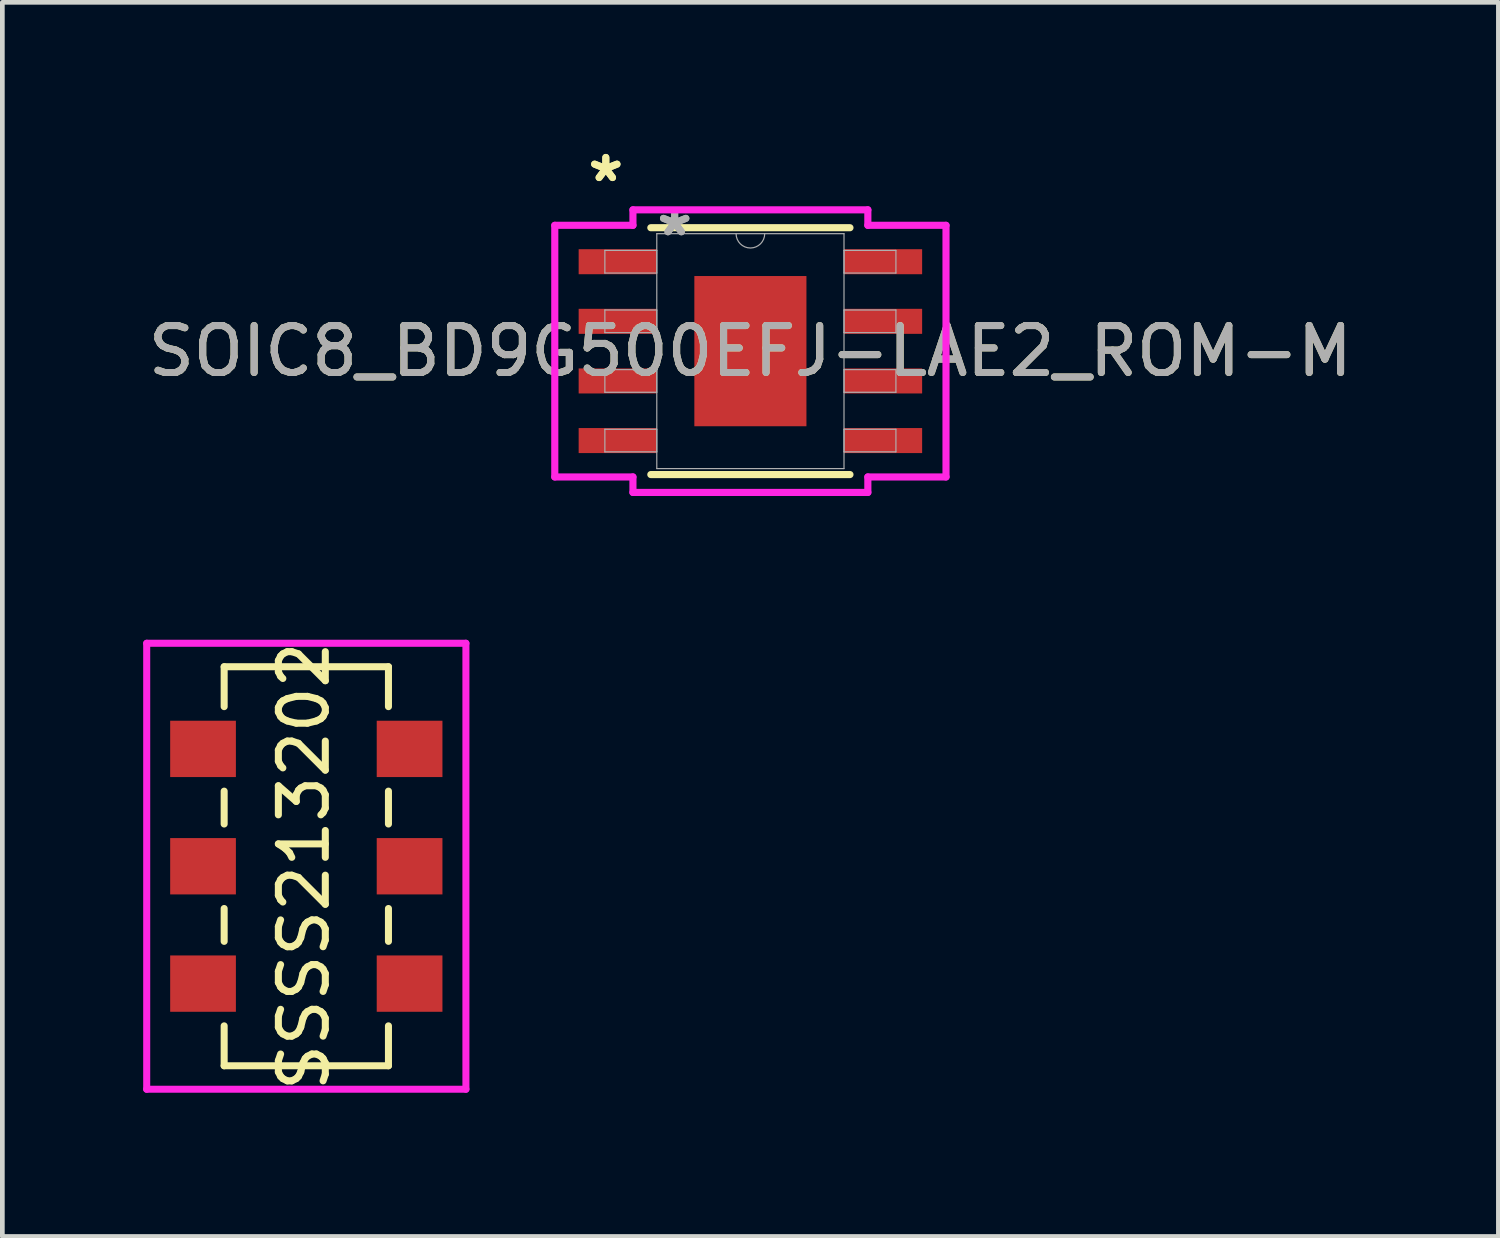
<source format=kicad_pcb>
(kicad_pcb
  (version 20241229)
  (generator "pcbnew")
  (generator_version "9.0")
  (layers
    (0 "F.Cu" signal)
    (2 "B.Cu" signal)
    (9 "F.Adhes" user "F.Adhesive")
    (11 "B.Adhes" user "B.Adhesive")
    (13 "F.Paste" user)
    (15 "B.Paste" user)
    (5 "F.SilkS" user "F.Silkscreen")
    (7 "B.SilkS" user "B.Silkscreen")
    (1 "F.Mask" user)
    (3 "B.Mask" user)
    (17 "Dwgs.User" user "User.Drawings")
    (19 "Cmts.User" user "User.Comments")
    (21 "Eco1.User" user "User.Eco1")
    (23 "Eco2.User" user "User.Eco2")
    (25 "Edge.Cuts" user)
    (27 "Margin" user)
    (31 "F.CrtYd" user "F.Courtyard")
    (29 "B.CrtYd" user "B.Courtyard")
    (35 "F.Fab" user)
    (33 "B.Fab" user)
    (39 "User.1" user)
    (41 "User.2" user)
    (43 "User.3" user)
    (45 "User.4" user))
  (footprint "SOIC8_BD9G500EFJ-LAE2_ROM-M"
    (layer "F.Cu")
    (at 12.935 4.43)
    (property "Reference" "SOIC8_BD9G500EFJ-LAE2_ROM-M" (at 0 0 0) (unlocked yes) (layer "F.SilkS") (effects (font (size 1 1) (thickness 0.15))))
    (attr smd)
    (fp_line (start -2.121 2.629) (end 2.121 2.629) (stroke (width 0.152) (type solid)) (layer "F.SilkS"))
    (fp_line (start 2.121 -2.629) (end -2.121 -2.629) (stroke (width 0.152) (type solid)) (layer "F.SilkS"))
    (fp_poly (pts (xy -1.094 -1.5) (xy -1.094 -0.1) (xy 1.094 -0.1) (xy 1.094 -1.5)) (stroke (width 0) (type solid)) (fill yes) (layer "F.Paste"))
    (fp_poly (pts (xy -1.094 0.1) (xy -1.094 1.5) (xy 1.094 1.5) (xy 1.094 0.1)) (stroke (width 0) (type solid)) (fill yes) (layer "F.Paste"))
    (fp_line (start -4.167 -2.68) (end -2.502 -2.68) (stroke (width 0.152) (type solid)) (layer "F.CrtYd"))
    (fp_line (start -4.167 2.68) (end -4.167 -2.68) (stroke (width 0.152) (type solid)) (layer "F.CrtYd"))
    (fp_line (start -4.167 2.68) (end -2.502 2.68) (stroke (width 0.152) (type solid)) (layer "F.CrtYd"))
    (fp_line (start -2.502 -3.01) (end 2.502 -3.01) (stroke (width 0.152) (type solid)) (layer "F.CrtYd"))
    (fp_line (start -2.502 -2.68) (end -2.502 -3.01) (stroke (width 0.152) (type solid)) (layer "F.CrtYd"))
    (fp_line (start -2.502 3.01) (end -2.502 2.68) (stroke (width 0.152) (type solid)) (layer "F.CrtYd"))
    (fp_line (start 2.502 -3.01) (end 2.502 -2.68) (stroke (width 0.152) (type solid)) (layer "F.CrtYd"))
    (fp_line (start 2.502 2.68) (end 2.502 3.01) (stroke (width 0.152) (type solid)) (layer "F.CrtYd"))
    (fp_line (start 2.502 3.01) (end -2.502 3.01) (stroke (width 0.152) (type solid)) (layer "F.CrtYd"))
    (fp_line (start 4.167 -2.68) (end 2.502 -2.68) (stroke (width 0.152) (type solid)) (layer "F.CrtYd"))
    (fp_line (start 4.167 -2.68) (end 4.167 2.68) (stroke (width 0.152) (type solid)) (layer "F.CrtYd"))
    (fp_line (start 4.167 2.68) (end 2.502 2.68) (stroke (width 0.152) (type solid)) (layer "F.CrtYd"))
    (fp_line (start -3.1 -2.146) (end -3.1 -1.664) (stroke (width 0.025) (type solid)) (layer "F.Fab"))
    (fp_line (start -3.1 -1.664) (end -1.994 -1.664) (stroke (width 0.025) (type solid)) (layer "F.Fab"))
    (fp_line (start -3.1 -0.876) (end -3.1 -0.394) (stroke (width 0.025) (type solid)) (layer "F.Fab"))
    (fp_line (start -3.1 -0.394) (end -1.994 -0.394) (stroke (width 0.025) (type solid)) (layer "F.Fab"))
    (fp_line (start -3.1 0.394) (end -3.1 0.876) (stroke (width 0.025) (type solid)) (layer "F.Fab"))
    (fp_line (start -3.1 0.876) (end -1.994 0.876) (stroke (width 0.025) (type solid)) (layer "F.Fab"))
    (fp_line (start -3.1 1.664) (end -3.1 2.146) (stroke (width 0.025) (type solid)) (layer "F.Fab"))
    (fp_line (start -3.1 2.146) (end -1.994 2.146) (stroke (width 0.025) (type solid)) (layer "F.Fab"))
    (fp_line (start -1.994 -2.502) (end -1.994 2.502) (stroke (width 0.025) (type solid)) (layer "F.Fab"))
    (fp_line (start -1.994 -2.146) (end -3.1 -2.146) (stroke (width 0.025) (type solid)) (layer "F.Fab"))
    (fp_line (start -1.994 -1.664) (end -1.994 -2.146) (stroke (width 0.025) (type solid)) (layer "F.Fab"))
    (fp_line (start -1.994 -0.876) (end -3.1 -0.876) (stroke (width 0.025) (type solid)) (layer "F.Fab"))
    (fp_line (start -1.994 -0.394) (end -1.994 -0.876) (stroke (width 0.025) (type solid)) (layer "F.Fab"))
    (fp_line (start -1.994 0.394) (end -3.1 0.394) (stroke (width 0.025) (type solid)) (layer "F.Fab"))
    (fp_line (start -1.994 0.876) (end -1.994 0.394) (stroke (width 0.025) (type solid)) (layer "F.Fab"))
    (fp_line (start -1.994 1.664) (end -3.1 1.664) (stroke (width 0.025) (type solid)) (layer "F.Fab"))
    (fp_line (start -1.994 2.146) (end -1.994 1.664) (stroke (width 0.025) (type solid)) (layer "F.Fab"))
    (fp_line (start -1.994 2.502) (end 1.994 2.502) (stroke (width 0.025) (type solid)) (layer "F.Fab"))
    (fp_line (start 1.994 -2.502) (end -1.994 -2.502) (stroke (width 0.025) (type solid)) (layer "F.Fab"))
    (fp_line (start 1.994 -2.146) (end 1.994 -1.664) (stroke (width 0.025) (type solid)) (layer "F.Fab"))
    (fp_line (start 1.994 -1.664) (end 3.1 -1.664) (stroke (width 0.025) (type solid)) (layer "F.Fab"))
    (fp_line (start 1.994 -0.876) (end 1.994 -0.394) (stroke (width 0.025) (type solid)) (layer "F.Fab"))
    (fp_line (start 1.994 -0.394) (end 3.1 -0.394) (stroke (width 0.025) (type solid)) (layer "F.Fab"))
    (fp_line (start 1.994 0.394) (end 1.994 0.876) (stroke (width 0.025) (type solid)) (layer "F.Fab"))
    (fp_line (start 1.994 0.876) (end 3.1 0.876) (stroke (width 0.025) (type solid)) (layer "F.Fab"))
    (fp_line (start 1.994 1.664) (end 1.994 2.146) (stroke (width 0.025) (type solid)) (layer "F.Fab"))
    (fp_line (start 1.994 2.146) (end 3.1 2.146) (stroke (width 0.025) (type solid)) (layer "F.Fab"))
    (fp_line (start 1.994 2.502) (end 1.994 -2.502) (stroke (width 0.025) (type solid)) (layer "F.Fab"))
    (fp_line (start 3.1 -2.146) (end 1.994 -2.146) (stroke (width 0.025) (type solid)) (layer "F.Fab"))
    (fp_line (start 3.1 -1.664) (end 3.1 -2.146) (stroke (width 0.025) (type solid)) (layer "F.Fab"))
    (fp_line (start 3.1 -0.876) (end 1.994 -0.876) (stroke (width 0.025) (type solid)) (layer "F.Fab"))
    (fp_line (start 3.1 -0.394) (end 3.1 -0.876) (stroke (width 0.025) (type solid)) (layer "F.Fab"))
    (fp_line (start 3.1 0.394) (end 1.994 0.394) (stroke (width 0.025) (type solid)) (layer "F.Fab"))
    (fp_line (start 3.1 0.876) (end 3.1 0.394) (stroke (width 0.025) (type solid)) (layer "F.Fab"))
    (fp_line (start 3.1 1.664) (end 1.994 1.664) (stroke (width 0.025) (type solid)) (layer "F.Fab"))
    (fp_line (start 3.1 2.146) (end 3.1 1.664) (stroke (width 0.025) (type solid)) (layer "F.Fab"))
    (fp_arc (start 0.3048 -2.5019) (mid 0 -2.1971) (end -0.3048 -2.5019) (stroke (width 0.0254) (type solid)) (layer "F.Fab"))
    (fp_text user "*" (at -3.08 -3.581 0) (unlocked yes) (layer "F.SilkS") (effects (font (size 1 1) (thickness 0.15))))
    (fp_text user "*" (at -3.08 -3.581 0) (layer "F.SilkS") (effects (font (size 1 1) (thickness 0.15))))
    (fp_text user "*" (at -1.613 -2.426 0) (unlocked yes) (layer "F.Fab") (effects (font (size 1 1) (thickness 0.15))))
    (fp_text user "*" (at -1.613 -2.426 0) (layer "F.Fab") (effects (font (size 1 1) (thickness 0.15))))
    (fp_text user "${REFERENCE}" (at 0 0 0) (unlocked yes) (layer "F.Fab") (effects (font (size 1 1) (thickness 0.15))))
    (pad "1" smd rect (at -2.826 -1.905) (size 1.665 0.533) (layers "F.Cu" "F.Mask" "F.Paste"))
    (pad "2" smd rect (at -2.826 -0.635) (size 1.665 0.533) (layers "F.Cu" "F.Mask" "F.Paste"))
    (pad "3" smd rect (at -2.826 0.635) (size 1.665 0.533) (layers "F.Cu" "F.Mask" "F.Paste"))
    (pad "4" smd rect (at -2.826 1.905) (size 1.665 0.533) (layers "F.Cu" "F.Mask" "F.Paste"))
    (pad "5" smd rect (at 2.826 1.905) (size 1.665 0.533) (layers "F.Cu" "F.Mask" "F.Paste"))
    (pad "6" smd rect (at 2.826 0.635) (size 1.665 0.533) (layers "F.Cu" "F.Mask" "F.Paste"))
    (pad "7" smd rect (at 2.826 -0.635) (size 1.665 0.533) (layers "F.Cu" "F.Mask" "F.Paste"))
    (pad "8" smd rect (at 2.826 -1.905) (size 1.665 0.533) (layers "F.Cu" "F.Mask" "F.Paste"))
    (pad "EPAD" smd rect (at 0 0) (size 2.388 3.2) (layers "F.Cu" "F.Mask")))
  (footprint "SSSS213202"
    (layer "F.Cu")
    (at 1.275 12.903)
    (property "Reference" "SSSS213202" (at 2.15 2.5 90) (layer "F.SilkS") (effects (font (size 1 1) (thickness 0.15))))
    (attr through_hole)
    (fp_line (start 0.45 -1.75) (end 3.95 -1.75) (stroke (width 0.15) (type solid)) (layer "F.SilkS"))
    (fp_line (start 0.45 -0.9) (end 0.45 -1.75) (stroke (width 0.15) (type solid)) (layer "F.SilkS"))
    (fp_line (start 0.45 0.9) (end 0.45 1.6) (stroke (width 0.15) (type solid)) (layer "F.SilkS"))
    (fp_line (start 0.45 3.4) (end 0.45 4.1) (stroke (width 0.15) (type solid)) (layer "F.SilkS"))
    (fp_line (start 0.45 5.9) (end 0.45 6.75) (stroke (width 0.15) (type solid)) (layer "F.SilkS"))
    (fp_line (start 0.45 6.75) (end 3.95 6.75) (stroke (width 0.15) (type solid)) (layer "F.SilkS"))
    (fp_line (start 3.95 -1.75) (end 3.95 -0.9) (stroke (width 0.15) (type solid)) (layer "F.SilkS"))
    (fp_line (start 3.95 0.9) (end 3.95 1.6) (stroke (width 0.15) (type solid)) (layer "F.SilkS"))
    (fp_line (start 3.95 3.4) (end 3.95 4.1) (stroke (width 0.15) (type solid)) (layer "F.SilkS"))
    (fp_line (start 3.95 6.75) (end 3.95 5.9) (stroke (width 0.15) (type solid)) (layer "F.SilkS"))
    (fp_line (start -1.2 -2.25) (end 5.6 -2.25) (stroke (width 0.15) (type solid)) (layer "F.CrtYd"))
    (fp_line (start -1.2 7.25) (end -1.2 -2.25) (stroke (width 0.15) (type solid)) (layer "F.CrtYd"))
    (fp_line (start 5.6 -2.25) (end 5.6 7.25) (stroke (width 0.15) (type solid)) (layer "F.CrtYd"))
    (fp_line (start 5.6 7.25) (end -1.2 7.25) (stroke (width 0.15) (type solid)) (layer "F.CrtYd"))
    (pad "1" smd rect (at 0 0) (size 1.4 1.2) (layers "F.Cu" "F.Mask" "F.Paste"))
    (pad "1" smd rect (at 4.4 0) (size 1.4 1.2) (layers "F.Cu" "F.Mask" "F.Paste"))
    (pad "2" smd rect (at 0 2.5) (size 1.4 1.2) (layers "F.Cu" "F.Mask" "F.Paste"))
    (pad "2" smd rect (at 4.4 2.5) (size 1.4 1.2) (layers "F.Cu" "F.Mask" "F.Paste"))
    (pad "3" smd rect (at 0 5) (size 1.4 1.2) (layers "F.Cu" "F.Mask" "F.Paste"))
    (pad "3" smd rect (at 4.4 5) (size 1.4 1.2) (layers "F.Cu" "F.Mask" "F.Paste")))
  (gr_rect
    (start -3 -3)
    (end 28.869 23.29)
    (stroke (width 0.1) (type default))
    (fill no)
    (layer "Edge.Cuts")))
</source>
